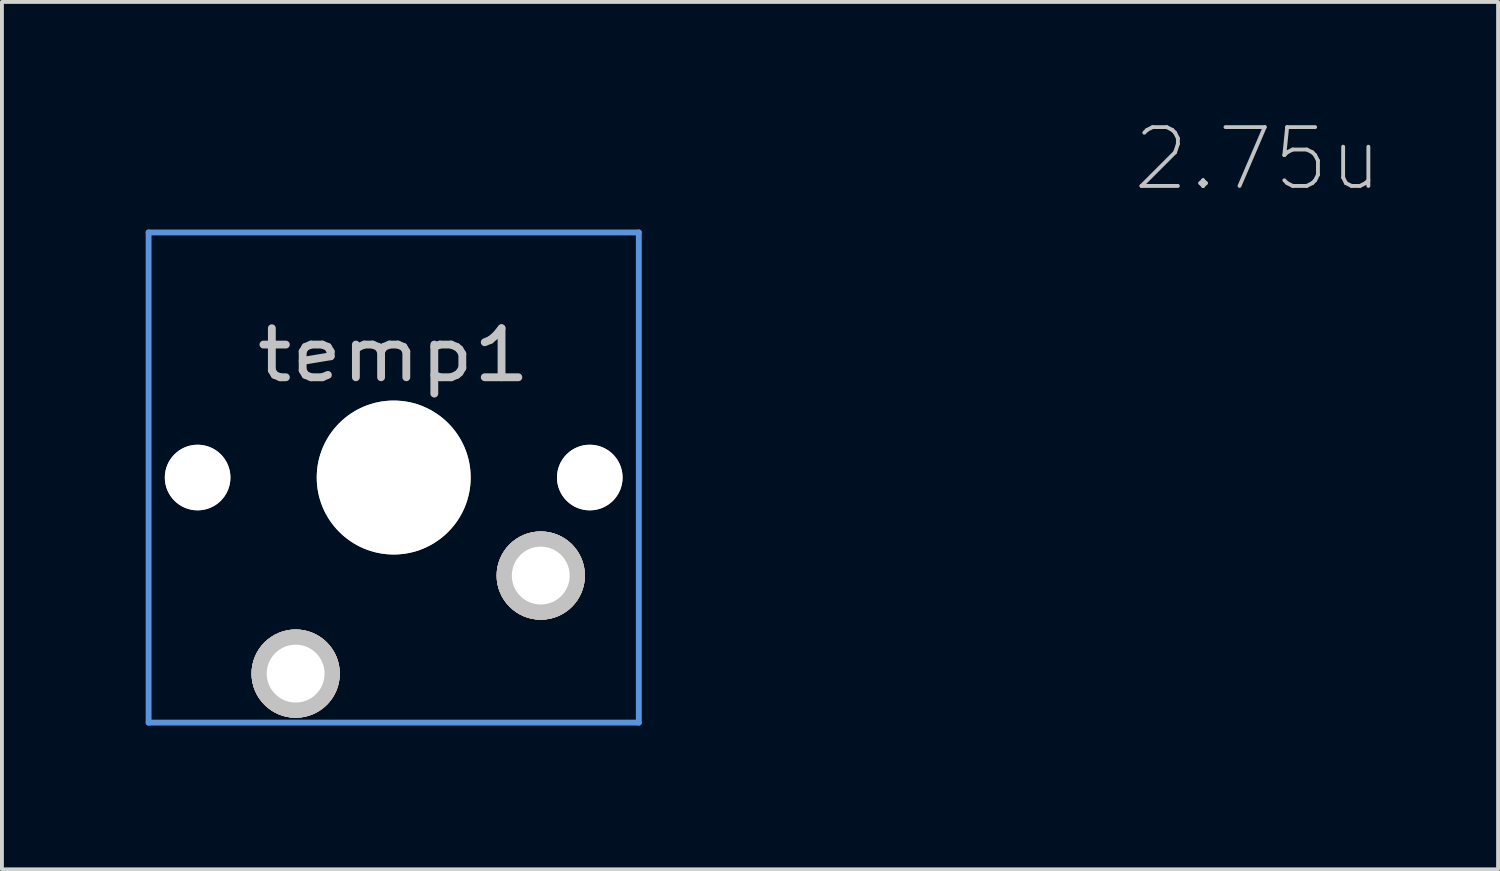
<source format=kicad_pcb>
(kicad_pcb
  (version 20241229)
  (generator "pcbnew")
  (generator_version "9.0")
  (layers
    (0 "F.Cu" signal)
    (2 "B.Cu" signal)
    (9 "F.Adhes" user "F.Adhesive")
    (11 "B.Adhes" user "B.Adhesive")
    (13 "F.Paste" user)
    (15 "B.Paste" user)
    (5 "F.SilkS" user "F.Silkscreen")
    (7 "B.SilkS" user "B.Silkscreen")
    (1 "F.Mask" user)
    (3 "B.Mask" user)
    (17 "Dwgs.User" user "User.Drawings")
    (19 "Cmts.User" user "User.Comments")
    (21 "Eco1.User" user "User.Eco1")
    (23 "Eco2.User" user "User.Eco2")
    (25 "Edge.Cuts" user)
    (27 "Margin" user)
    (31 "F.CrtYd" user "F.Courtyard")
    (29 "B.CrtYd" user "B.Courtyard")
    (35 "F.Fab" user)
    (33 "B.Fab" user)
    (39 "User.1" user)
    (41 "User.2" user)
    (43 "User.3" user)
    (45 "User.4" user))
  (footprint "temp1"
    (layer "F.Cu")
    (at 7.15 9.322)
    (property "Reference" "temp1" (at 0 -3.175 180) (layer "Dwgs.User") (effects (font (size 1.27 1.524) (thickness 0.203))))
    (attr through_hole)
    (fp_line (start -6.35 -6.35) (end 6.35 -6.35) (stroke (width 0.152) (type solid)) (layer "Cmts.User"))
    (fp_line (start -6.35 6.35) (end -6.35 -6.35) (stroke (width 0.152) (type solid)) (layer "Cmts.User"))
    (fp_line (start 6.35 -6.35) (end 6.35 6.35) (stroke (width 0.152) (type solid)) (layer "Cmts.User"))
    (fp_line (start 6.35 6.35) (end -6.35 6.35) (stroke (width 0.152) (type solid)) (layer "Cmts.User"))
    (fp_curve (pts (xy -7 -5.999) (xy -7 -6.549) (xy -6.55 -6.999) (xy -6 -6.999)) (stroke (width 0.3) (type solid)) (layer "Eco2.User"))
    (fp_curve (pts (xy -7 6.001) (xy -7 6.001) (xy -7 -5.999) (xy -7 -5.999)) (stroke (width 0.3) (type solid)) (layer "Eco2.User"))
    (fp_curve (pts (xy -6 -6.999) (xy -6 -6.999) (xy 6 -6.999) (xy 6 -6.999)) (stroke (width 0.3) (type solid)) (layer "Eco2.User"))
    (fp_curve (pts (xy -6 7.001) (xy -6.55 7.001) (xy -7 6.551) (xy -7 6.001)) (stroke (width 0.3) (type solid)) (layer "Eco2.User"))
    (fp_curve (pts (xy 6 -6.999) (xy 6.55 -6.999) (xy 7 -6.549) (xy 7 -5.999)) (stroke (width 0.3) (type solid)) (layer "Eco2.User"))
    (fp_curve (pts (xy 6 7.001) (xy 6 7.001) (xy -6 7.001) (xy -6 7.001)) (stroke (width 0.3) (type solid)) (layer "Eco2.User"))
    (fp_curve (pts (xy 7 -5.999) (xy 7 -5.999) (xy 7 6.001) (xy 7 6.001)) (stroke (width 0.3) (type solid)) (layer "Eco2.User"))
    (fp_curve (pts (xy 7 6.001) (xy 7 6.551) (xy 6.55 7.001) (xy 6 7.001)) (stroke (width 0.3) (type solid)) (layer "Eco2.User"))
    (fp_text user "2.75u" (at 22.385 -8.255 180) (layer "Dwgs.User") (effects (font (size 1.524 1.524) (thickness 0.1))))
    (pad "" np_thru_hole circle (at -5.08 0 180) (size 1.7 1.7) (drill 1.7) (layers "*.Cu" "Dwgs.User"))
    (pad "" np_thru_hole circle (at 0 0 180) (size 3.988 3.988) (drill 3.988) (layers "*.Cu" "Dwgs.User"))
    (pad "" np_thru_hole circle (at 5.08 0 180) (size 1.7 1.7) (drill 1.7) (layers "*.Cu" "Dwgs.User"))
    (pad "1" thru_hole circle (at -2.54 5.08 180) (size 2.286 2.286) (drill 1.499) (layers "*.Cu" "*.SilkS" "*.Mask" "Dwgs.User"))
    (pad "2" thru_hole circle (at 3.81 2.54 180) (size 2.286 2.286) (drill 1.499) (layers "*.Cu" "*.SilkS" "*.Mask" "Dwgs.User")))
  (gr_rect
    (start -3 -3)
    (end 35.762 19.473)
    (stroke (width 0.1) (type default))
    (fill no)
    (layer "Edge.Cuts")))
</source>
